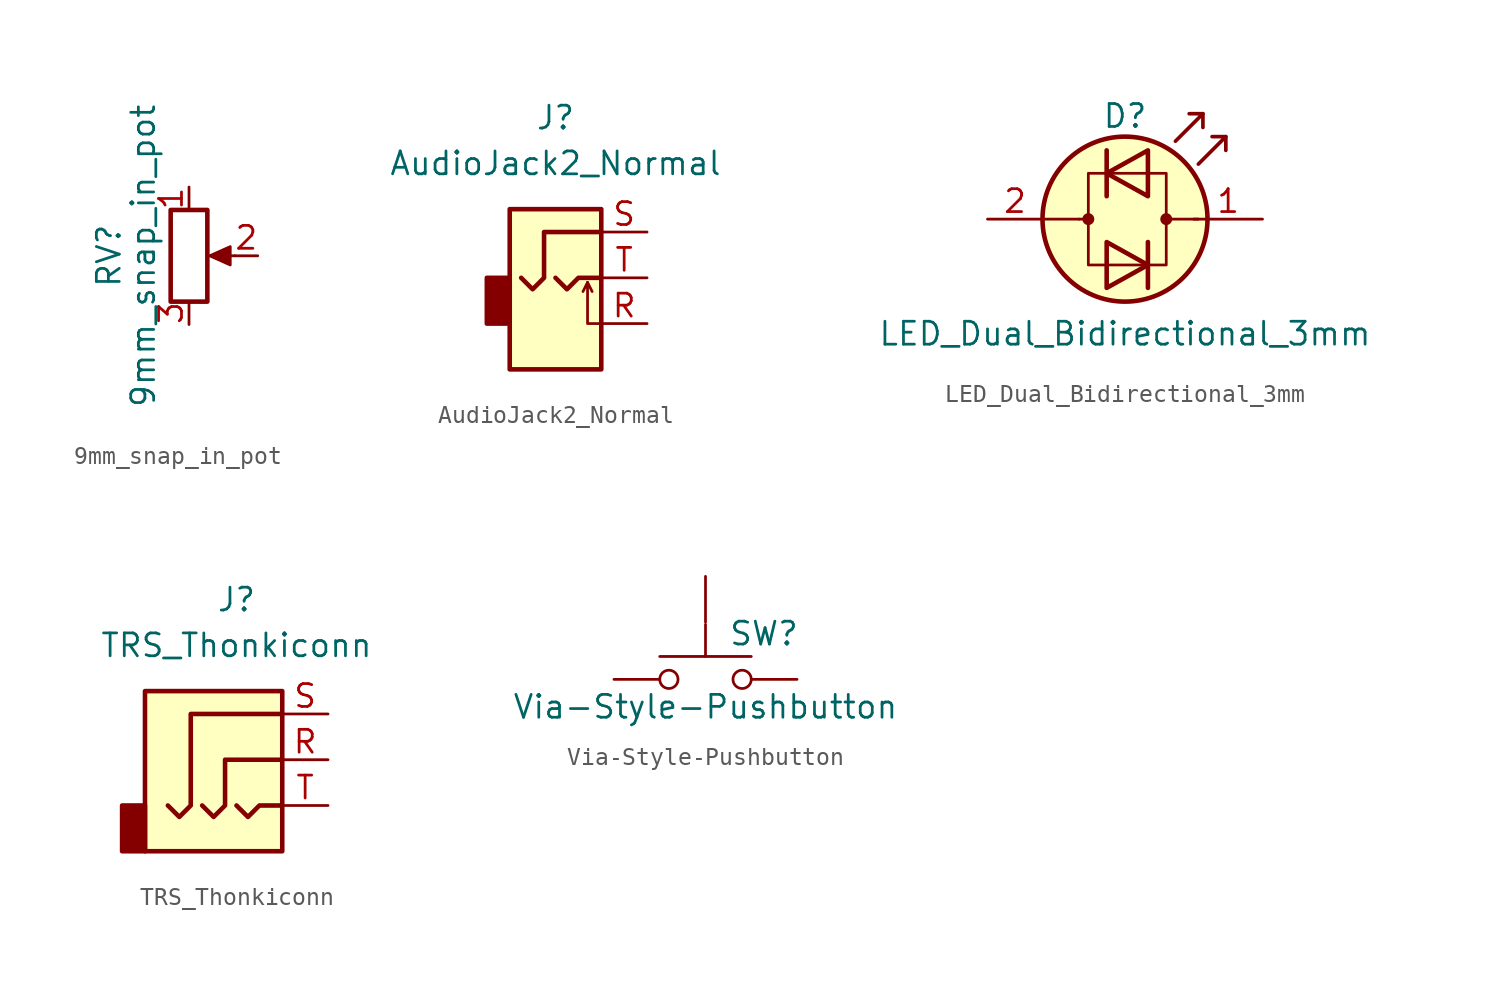
<source format=kicad_sym>
(kicad_symbol_lib
  (version 20200908)
  (generator kicad_symbol_editor)
  (symbol "panel_mount:9mm_snap_in_pot"
    (pin_names
      (offset 1.016) hide)
    (property "Reference" "RV"
      (at -4.445 0 90)
      (effects (font (size 1.27 1.27))))
    (property "Value" "9mm_snap_in_pot"
      (at -2.54 0 90)
      (effects (font (size 1.27 1.27))))
    (symbol "9mm_snap_in_pot_0_1"
      (rectangle (start 1.016 2.54) (end -1.016 -2.54) (stroke (width 0.254)) (fill (type none)))
      (polyline (pts (xy 2.54 0) (xy 1.524 0)) (stroke (width 0)) (fill (type none)))
      (polyline (pts (xy 1.143 0) (xy 2.286 0.508) (xy 2.286 -0.508) (xy 1.143 0)) (stroke (width 0)) (fill (type outline))))
    (symbol "9mm_snap_in_pot_1_1"
      (pin passive line (at 0 3.81 270) (length 1.27) (name "1" (effects (font (size 1.27 1.27)))) (number "1" (effects (font (size 1.27 1.27)))))
      (pin passive line (at 3.81 0 180) (length 1.27) (name "2" (effects (font (size 1.27 1.27)))) (number "2" (effects (font (size 1.27 1.27)))))
      (pin passive line (at 0 -3.81 90) (length 1.27) (name "3" (effects (font (size 1.27 1.27)))) (number "3" (effects (font (size 1.27 1.27)))))))
  (symbol "panel_mount:AudioJack2_Normal"
    (property "Reference" "J"
      (at 0 8.89 0)
      (effects (font (size 1.27 1.27))))
    (property "Value" "AudioJack2_Normal"
      (at 0 6.35 0)
      (effects (font (size 1.27 1.27))))
    (symbol "AudioJack2_Normal_0_1"
      (rectangle (start -2.54 0) (end -3.81 -2.54) (stroke (width 0.254)) (fill (type outline)))
      (rectangle (start 2.54 3.81) (end -2.54 -5.08) (stroke (width 0.254)) (fill (type background)))
      (polyline (pts (xy 1.778 -0.254) (xy 2.032 -0.762)) (stroke (width 0)) (fill (type none)))
      (polyline (pts (xy 0 0) (xy 0.635 -0.635) (xy 1.27 0) (xy 2.54 0)) (stroke (width 0.254)) (fill (type none)))
      (polyline (pts (xy 2.54 -2.54) (xy 1.778 -2.54) (xy 1.778 -0.254) (xy 1.524 -0.762)) (stroke (width 0)) (fill (type none)))
      (polyline (pts (xy 2.54 2.54) (xy -0.635 2.54) (xy -0.635 0) (xy -1.27 -0.635) (xy -1.905 0)) (stroke (width 0.254)) (fill (type none))))
    (symbol "AudioJack2_Normal_1_1"
      (pin passive line (at 5.08 2.54 180) (length 2.54) (name "~" (effects (font (size 1.27 1.27)))) (number "S" (effects (font (size 1.27 1.27)))))
      (pin passive line (at 5.08 0 180) (length 2.54) (name "~" (effects (font (size 1.27 1.27)))) (number "T" (effects (font (size 1.27 1.27)))))
      (pin passive line (at 5.08 -2.54 180) (length 2.54) (name "~" (effects (font (size 1.27 1.27)))) (number "R" (effects (font (size 1.27 1.27)))))))
  (symbol "panel_mount:LED_Dual_Bidirectional_3mm"
    (pin_names
      (offset 0) hide)
    (property "Reference" "D"
      (at 0 5.715 0)
      (effects (font (size 1.27 1.27))))
    (property "Value" "LED_Dual_Bidirectional_3mm"
      (at 0 -6.35 0)
      (effects (font (size 1.27 1.27))))
    (symbol "LED_Dual_Bidirectional_3mm_0_1"
      (circle (center -2.032 0) (radius 0.254) (stroke (width 0)) (fill (type outline)))
      (circle (center 0 0) (radius 4.572) (stroke (width 0.254)) (fill (type background)))
      (circle (center 2.286 0) (radius 0.254) (stroke (width 0)) (fill (type outline)))
      (polyline (pts (xy -4.572 0) (xy -2.54 0)) (stroke (width 0)) (fill (type none)))
      (polyline (pts (xy -2.032 0) (xy -2.54 0)) (stroke (width 0)) (fill (type none)))
      (polyline (pts (xy -1.016 3.81) (xy -1.016 1.27)) (stroke (width 0.254)) (fill (type none)))
      (polyline (pts (xy 1.27 -1.27) (xy 1.27 -3.81)) (stroke (width 0.254)) (fill (type none)))
      (polyline (pts (xy 4.064 0) (xy 2.286 0)) (stroke (width 0)) (fill (type outline)))
      (polyline (pts (xy 4.318 5.842) (xy 4.318 5.08)) (stroke (width 0.203)) (fill (type none)))
      (polyline (pts (xy 5.588 4.572) (xy 5.588 3.81)) (stroke (width 0.203)) (fill (type none)))
      (polyline (pts (xy 2.794 4.318) (xy 4.318 5.842) (xy 3.556 5.842)) (stroke (width 0.203)) (fill (type none)))
      (polyline (pts (xy 4.064 3.048) (xy 5.588 4.572) (xy 4.826 4.572)) (stroke (width 0.203)) (fill (type none)))
      (polyline (pts (xy -1.016 -1.27) (xy -1.016 -3.81) (xy 1.27 -2.54) (xy -1.016 -1.27)) (stroke (width 0.254)) (fill (type none)))
      (polyline (pts (xy 1.27 3.81) (xy 1.27 1.27) (xy -1.016 2.54) (xy 1.27 3.81)) (stroke (width 0.254)) (fill (type none)))
      (polyline (pts (xy 2.286 2.54) (xy -2.032 2.54) (xy -2.032 -2.54) (xy 2.286 -2.54) (xy 2.286 2.54)) (stroke (width 0)) (fill (type none))))
    (symbol "LED_Dual_Bidirectional_3mm_1_1"
      (pin input line (at 7.62 0 180) (length 3.81) (name "KA" (effects (font (size 1.27 1.27)))) (number "1" (effects (font (size 1.27 1.27)))))
      (pin input line (at -7.62 0 0) (length 3.048) (name "AK" (effects (font (size 1.27 1.27)))) (number "2" (effects (font (size 1.27 1.27)))))))
  (symbol "panel_mount:TRS_Thonkiconn"
    (property "Reference" "J"
      (at 0 8.89 0)
      (effects (font (size 1.27 1.27))))
    (property "Value" "TRS_Thonkiconn"
      (at 0 6.35 0)
      (effects (font (size 1.27 1.27))))
    (symbol "TRS_Thonkiconn_0_1"
      (rectangle (start -5.08 -5.08) (end -6.35 -2.54) (stroke (width 0.254)) (fill (type outline)))
      (rectangle (start 2.54 3.81) (end -5.08 -5.08) (stroke (width 0.254)) (fill (type background)))
      (polyline (pts (xy 0 -2.54) (xy 0.635 -3.175) (xy 1.27 -2.54) (xy 2.54 -2.54)) (stroke (width 0.254)) (fill (type none)))
      (polyline (pts (xy -1.905 -2.54) (xy -1.27 -3.175) (xy -0.635 -2.54) (xy -0.635 0) (xy 2.54 0)) (stroke (width 0.254)) (fill (type none)))
      (polyline (pts (xy 2.54 2.54) (xy -2.54 2.54) (xy -2.54 -2.54) (xy -3.175 -3.175) (xy -3.81 -2.54)) (stroke (width 0.254)) (fill (type none))))
    (symbol "TRS_Thonkiconn_1_1"
      (pin passive line (at 5.08 0 180) (length 2.54) (name "~" (effects (font (size 1.27 1.27)))) (number "R" (effects (font (size 1.27 1.27)))))
      (pin passive line (at 5.08 2.54 180) (length 2.54) (name "~" (effects (font (size 1.27 1.27)))) (number "S" (effects (font (size 1.27 1.27)))))
      (pin passive line (at 5.08 -2.54 180) (length 2.54) (name "~" (effects (font (size 1.27 1.27)))) (number "T" (effects (font (size 1.27 1.27)))))))
  (symbol "panel_mount:Via-Style-Pushbutton"
    (pin_numbers hide)
    (pin_names
      (offset 1.016) hide)
    (property "Reference" "SW"
      (at 1.27 2.54 0)
      (effects (font (size 1.27 1.27)) (justify left)))
    (property "Value" "Via-Style-Pushbutton"
      (at 0 -1.524 0)
      (effects (font (size 1.27 1.27))))
    (symbol "Via-Style-Pushbutton_0_1"
      (circle (center -2.032 0) (radius 0.508) (stroke (width 0)) (fill (type none)))
      (circle (center 2.032 0) (radius 0.508) (stroke (width 0)) (fill (type none)))
      (polyline (pts (xy 0 1.27) (xy 0 3.048)) (stroke (width 0)) (fill (type none)))
      (polyline (pts (xy 2.54 1.27) (xy -2.54 1.27)) (stroke (width 0)) (fill (type none)))
      (pin passive line (at -5.08 0 0) (length 2.54) (name "1" (effects (font (size 1.27 1.27)))) (number "1" (effects (font (size 1.27 1.27)))))
      (pin passive line (at 5.08 0 180) (length 2.54) (name "2" (effects (font (size 1.27 1.27)))) (number "2" (effects (font (size 1.27 1.27))))))
    (symbol "Via-Style-Pushbutton_1_1"
      (pin input line (at 0 5.715 270) (length 2.54) (name "SPICE" (effects (font (size 1.27 1.27)))) (number "3" (effects (font (size 1.27 1.27))))))))
</source>
